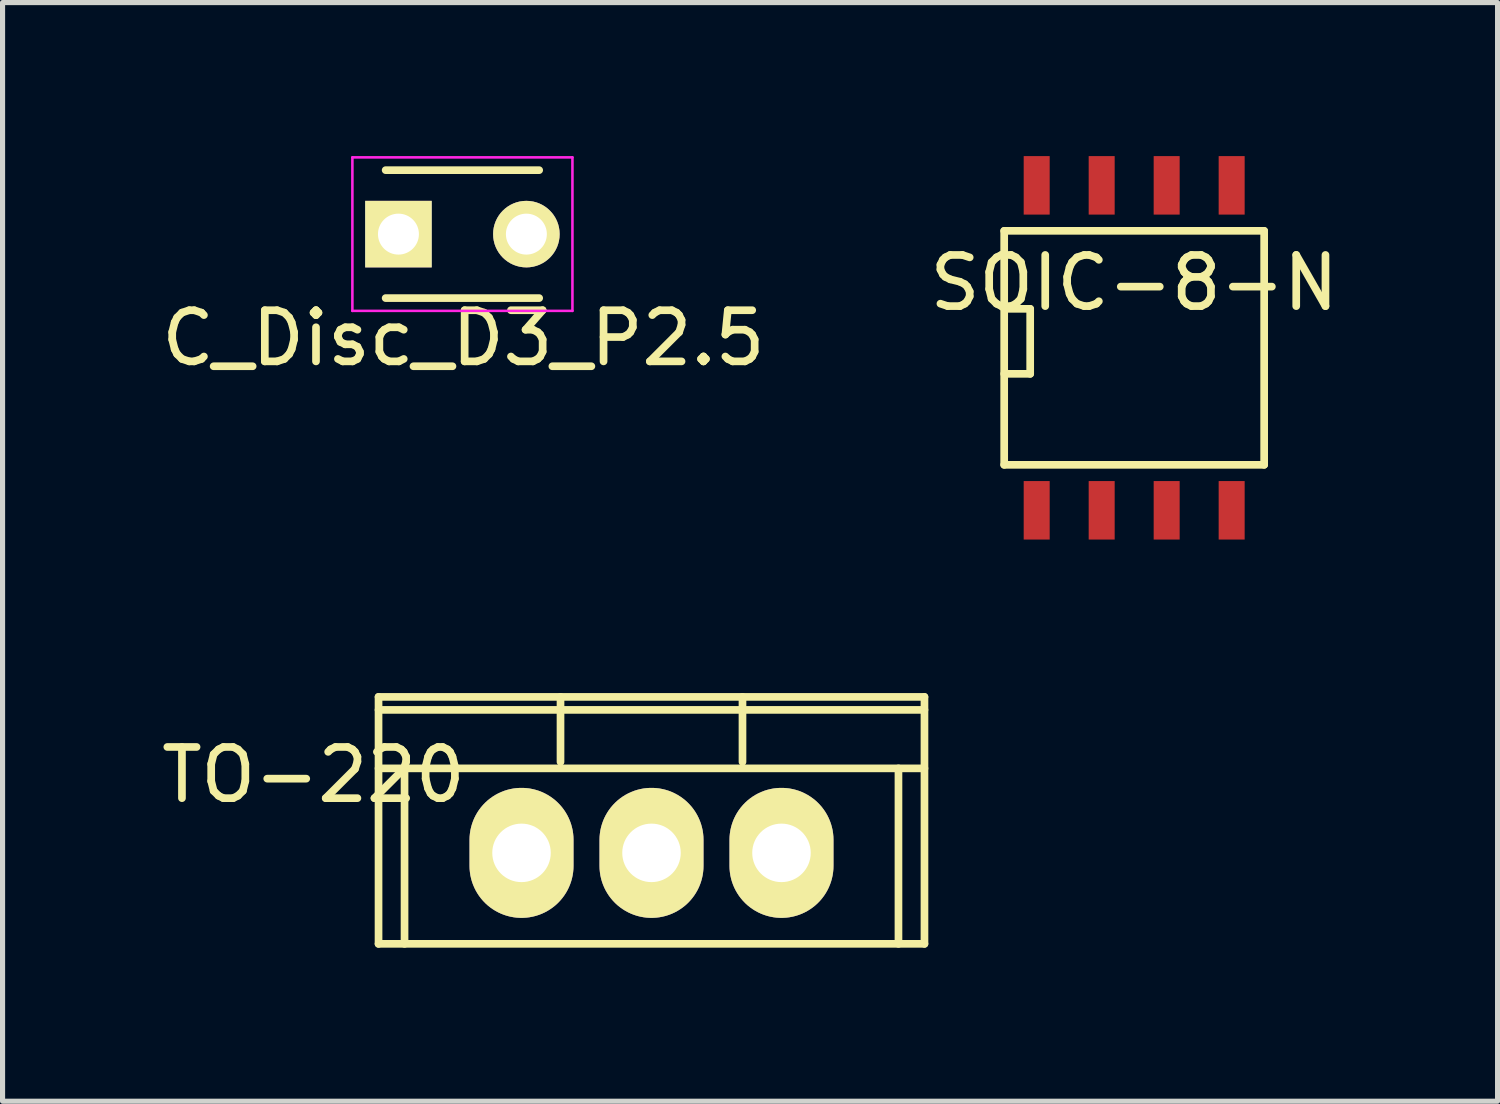
<source format=kicad_pcb>
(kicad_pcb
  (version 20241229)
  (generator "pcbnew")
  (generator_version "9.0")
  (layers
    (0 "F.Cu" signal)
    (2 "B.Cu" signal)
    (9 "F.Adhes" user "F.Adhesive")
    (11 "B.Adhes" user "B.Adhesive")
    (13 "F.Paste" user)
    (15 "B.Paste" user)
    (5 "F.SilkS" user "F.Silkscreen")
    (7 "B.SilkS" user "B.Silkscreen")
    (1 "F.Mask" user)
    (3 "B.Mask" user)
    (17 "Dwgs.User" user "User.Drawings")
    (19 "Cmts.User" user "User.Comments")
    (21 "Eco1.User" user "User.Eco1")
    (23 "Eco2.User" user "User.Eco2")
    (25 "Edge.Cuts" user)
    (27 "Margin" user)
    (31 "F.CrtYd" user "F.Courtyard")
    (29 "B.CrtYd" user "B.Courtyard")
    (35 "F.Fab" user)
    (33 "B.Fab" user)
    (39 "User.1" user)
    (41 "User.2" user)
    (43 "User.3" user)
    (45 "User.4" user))
  (footprint "C_Disc_D3_P2.5"
    (layer "F.Cu")
    (at 4.736 1.525)
    (property "Reference" "C_Disc_D3_P2.5" (at 1.27 2.032 0) (layer "F.SilkS") (effects (font (size 1 1) (thickness 0.15))))
    (attr through_hole)
    (fp_line (start -0.25 -1.25) (end 2.75 -1.25) (stroke (width 0.15) (type solid)) (layer "F.SilkS"))
    (fp_line (start 2.75 1.25) (end -0.25 1.25) (stroke (width 0.15) (type solid)) (layer "F.SilkS"))
    (fp_line (start -0.9 -1.5) (end 3.4 -1.5) (stroke (width 0.05) (type solid)) (layer "F.CrtYd"))
    (fp_line (start -0.9 1.5) (end -0.9 -1.5) (stroke (width 0.05) (type solid)) (layer "F.CrtYd"))
    (fp_line (start 3.4 -1.5) (end 3.4 1.5) (stroke (width 0.05) (type solid)) (layer "F.CrtYd"))
    (fp_line (start 3.4 1.5) (end -0.9 1.5) (stroke (width 0.05) (type solid)) (layer "F.CrtYd"))
    (pad "1" thru_hole rect (at 0 0) (size 1.3 1.3) (drill 0.8) (layers "*.Cu" "*.Mask" "F.SilkS"))
    (pad "2" thru_hole circle (at 2.5 0) (size 1.3 1.3) (drill 0.8) (layers "*.Cu" "*.Mask" "F.SilkS")))
  (footprint "SOIC-8-N"
    (layer "F.Cu")
    (at 19.113 3.747)
    (property "Reference" "SOIC-8-N" (at 0 -1.27 0) (layer "F.SilkS") (effects (font (size 1 1) (thickness 0.15))))
    (attr smd)
    (fp_line (start -2.54 -2.286) (end 2.54 -2.286) (stroke (width 0.15) (type solid)) (layer "F.SilkS"))
    (fp_line (start -2.54 -0.762) (end -2.032 -0.762) (stroke (width 0.15) (type solid)) (layer "F.SilkS"))
    (fp_line (start -2.54 2.286) (end -2.54 -2.286) (stroke (width 0.15) (type solid)) (layer "F.SilkS"))
    (fp_line (start -2.032 -0.762) (end -2.032 0.508) (stroke (width 0.15) (type solid)) (layer "F.SilkS"))
    (fp_line (start -2.032 0.508) (end -2.54 0.508) (stroke (width 0.15) (type solid)) (layer "F.SilkS"))
    (fp_line (start 2.54 -2.286) (end 2.54 2.286) (stroke (width 0.15) (type solid)) (layer "F.SilkS"))
    (fp_line (start 2.54 2.286) (end -2.54 2.286) (stroke (width 0.15) (type solid)) (layer "F.SilkS"))
    (pad "1" smd rect (at -1.905 3.175) (size 0.508 1.143) (layers "F.Cu" "F.Mask" "F.Paste"))
    (pad "2" smd rect (at -0.635 3.175) (size 0.508 1.143) (layers "F.Cu" "F.Mask" "F.Paste"))
    (pad "3" smd rect (at 0.635 3.175) (size 0.508 1.143) (layers "F.Cu" "F.Mask" "F.Paste"))
    (pad "4" smd rect (at 1.905 3.175) (size 0.508 1.143) (layers "F.Cu" "F.Mask" "F.Paste"))
    (pad "5" smd rect (at 1.905 -3.175) (size 0.508 1.143) (layers "F.Cu" "F.Mask" "F.Paste"))
    (pad "6" smd rect (at 0.635 -3.175) (size 0.508 1.143) (layers "F.Cu" "F.Mask" "F.Paste"))
    (pad "7" smd rect (at -0.635 -3.175) (size 0.508 1.143) (layers "F.Cu" "F.Mask" "F.Paste"))
    (pad "8" smd rect (at -1.905 -3.175) (size 0.508 1.143) (layers "F.Cu" "F.Mask" "F.Paste")))
  (footprint "TO-220"
    (layer "F.Cu")
    (at 9.681 13.616)
    (property "Reference" "TO-220" (at -6.604 -1.524 0) (layer "F.SilkS") (effects (font (size 1 1) (thickness 0.15))))
    (attr through_hole)
    (fp_line (start -5.334 -3.048) (end -5.334 1.778) (stroke (width 0.15) (type solid)) (layer "F.SilkS"))
    (fp_line (start -5.334 -1.651) (end 5.334 -1.651) (stroke (width 0.15) (type solid)) (layer "F.SilkS"))
    (fp_line (start -4.826 -1.651) (end -4.826 1.778) (stroke (width 0.15) (type solid)) (layer "F.SilkS"))
    (fp_line (start -1.778 -1.778) (end -1.778 -3.048) (stroke (width 0.15) (type solid)) (layer "F.SilkS"))
    (fp_line (start 1.778 -1.778) (end 1.778 -3.048) (stroke (width 0.15) (type solid)) (layer "F.SilkS"))
    (fp_line (start 4.826 -1.651) (end 4.826 1.778) (stroke (width 0.15) (type solid)) (layer "F.SilkS"))
    (fp_line (start 5.334 -3.048) (end -5.334 -3.048) (stroke (width 0.15) (type solid)) (layer "F.SilkS"))
    (fp_line (start 5.334 -3.048) (end 5.334 1.778) (stroke (width 0.15) (type solid)) (layer "F.SilkS"))
    (fp_line (start 5.334 -2.794) (end -5.334 -2.794) (stroke (width 0.15) (type solid)) (layer "F.SilkS"))
    (fp_line (start 5.334 1.778) (end -5.334 1.778) (stroke (width 0.15) (type solid)) (layer "F.SilkS"))
    (pad "1" thru_hole oval (at -2.54 0) (size 2.032 2.54) (drill 1.143) (layers "*.Cu" "*.Mask" "F.SilkS"))
    (pad "2" thru_hole oval (at 0 0) (size 2.032 2.54) (drill 1.143) (layers "*.Cu" "*.Mask" "F.SilkS"))
    (pad "3" thru_hole oval (at 2.54 0) (size 2.032 2.54) (drill 1.143) (layers "*.Cu" "*.Mask" "F.SilkS")))
  (gr_rect
    (start -3 -3)
    (end 26.214 18.469)
    (stroke (width 0.1) (type default))
    (fill no)
    (layer "Edge.Cuts")))
</source>
